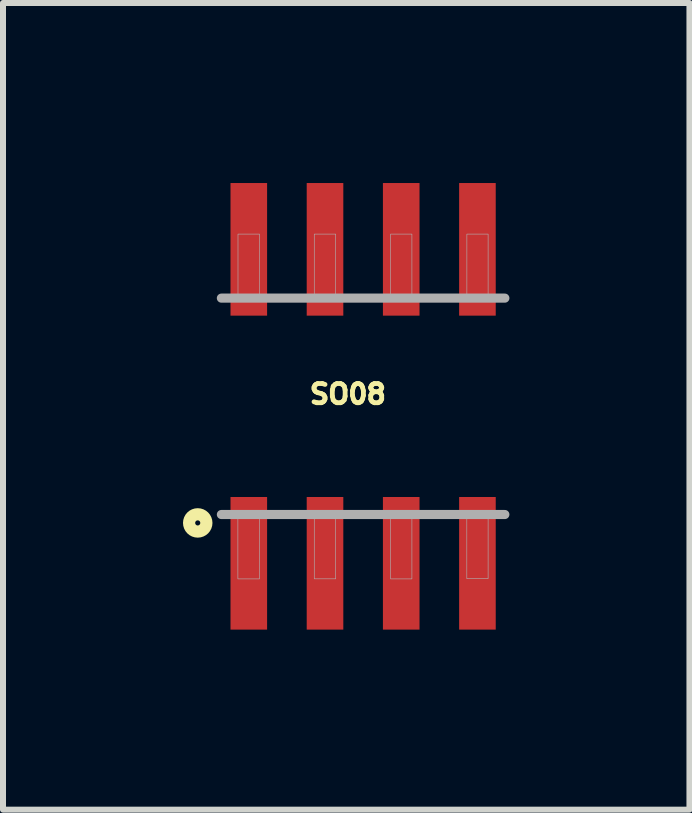
<source format=kicad_pcb>
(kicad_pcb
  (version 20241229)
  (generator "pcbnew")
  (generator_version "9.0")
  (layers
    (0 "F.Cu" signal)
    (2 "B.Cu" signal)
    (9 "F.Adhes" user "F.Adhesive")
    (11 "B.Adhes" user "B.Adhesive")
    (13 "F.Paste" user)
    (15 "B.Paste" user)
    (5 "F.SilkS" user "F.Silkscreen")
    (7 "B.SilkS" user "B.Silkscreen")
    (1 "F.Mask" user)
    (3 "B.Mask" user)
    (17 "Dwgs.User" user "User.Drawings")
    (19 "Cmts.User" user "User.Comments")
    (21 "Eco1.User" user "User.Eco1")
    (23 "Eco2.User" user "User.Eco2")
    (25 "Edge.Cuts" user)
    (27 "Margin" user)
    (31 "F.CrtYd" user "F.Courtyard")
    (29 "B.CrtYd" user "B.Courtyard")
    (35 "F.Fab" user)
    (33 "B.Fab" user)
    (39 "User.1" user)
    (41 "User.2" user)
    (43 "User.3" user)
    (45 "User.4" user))
  (footprint "SO08"
    (layer "F.Cu")
    (at 3.001 3.721)
    (property "Reference" "SO08" (at -0.254 -0.204 0) (layer "F.SilkS") (effects (font (size 0.32 0.32) (thickness 0.15))))
    (attr through_hole)
    (fp_circle (center -2.756 1.943) (end -2.612 1.943) (stroke (width 0.203) (type solid)) (fill no) (layer "F.SilkS"))
    (fp_line (start -2.362 1.803) (end 2.362 1.803) (stroke (width 0.152) (type solid)) (layer "F.Fab"))
    (fp_line (start 2.362 -1.803) (end -2.362 -1.803) (stroke (width 0.152) (type solid)) (layer "F.Fab"))
    (fp_poly (pts (xy -2.087 1.854) (xy -1.727 1.854) (xy -1.727 2.876) (xy -2.087 2.876)) (stroke (width 0.01) (type solid)) (fill no) (layer "F.Fab"))
    (fp_poly (pts (xy -2.085 -2.87) (xy -1.727 -2.87) (xy -1.727 -1.856) (xy -2.085 -1.856)) (stroke (width 0.01) (type solid)) (fill no) (layer "F.Fab"))
    (fp_poly (pts (xy -0.814 -2.87) (xy -0.457 -2.87) (xy -0.457 -1.857) (xy -0.814 -1.857)) (stroke (width 0.01) (type solid)) (fill no) (layer "F.Fab"))
    (fp_poly (pts (xy -0.814 1.854) (xy -0.457 1.854) (xy -0.457 2.875) (xy -0.814 2.875)) (stroke (width 0.01) (type solid)) (fill no) (layer "F.Fab"))
    (fp_poly (pts (xy 0.458 -2.87) (xy 0.813 -2.87) (xy 0.813 -1.857) (xy 0.458 -1.857)) (stroke (width 0.01) (type solid)) (fill no) (layer "F.Fab"))
    (fp_poly (pts (xy 0.458 1.854) (xy 0.813 1.854) (xy 0.813 2.876) (xy 0.458 2.876)) (stroke (width 0.01) (type solid)) (fill no) (layer "F.Fab"))
    (fp_poly (pts (xy 1.728 1.854) (xy 2.083 1.854) (xy 2.083 2.872) (xy 1.728 2.872)) (stroke (width 0.01) (type solid)) (fill no) (layer "F.Fab"))
    (fp_poly (pts (xy 1.729 -2.87) (xy 2.083 -2.87) (xy 2.083 -1.856) (xy 1.729 -1.856)) (stroke (width 0.01) (type solid)) (fill no) (layer "F.Fab"))
    (pad "1" smd rect (at -1.905 2.616) (size 0.61 2.21) (layers "F.Cu" "F.Mask" "F.Paste"))
    (pad "2" smd rect (at -0.635 2.616) (size 0.61 2.21) (layers "F.Cu" "F.Mask" "F.Paste"))
    (pad "3" smd rect (at 0.635 2.616) (size 0.61 2.21) (layers "F.Cu" "F.Mask" "F.Paste"))
    (pad "4" smd rect (at 1.905 2.616) (size 0.61 2.21) (layers "F.Cu" "F.Mask" "F.Paste"))
    (pad "5" smd rect (at 1.905 -2.616) (size 0.61 2.21) (layers "F.Cu" "F.Mask" "F.Paste"))
    (pad "6" smd rect (at 0.635 -2.616) (size 0.61 2.21) (layers "F.Cu" "F.Mask" "F.Paste"))
    (pad "7" smd rect (at -0.635 -2.616) (size 0.61 2.21) (layers "F.Cu" "F.Mask" "F.Paste"))
    (pad "8" smd rect (at -1.905 -2.616) (size 0.61 2.21) (layers "F.Cu" "F.Mask" "F.Paste")))
  (gr_rect
    (start -3 -3)
    (end 8.439 10.442)
    (stroke (width 0.1) (type default))
    (fill no)
    (layer "Edge.Cuts")))
</source>
